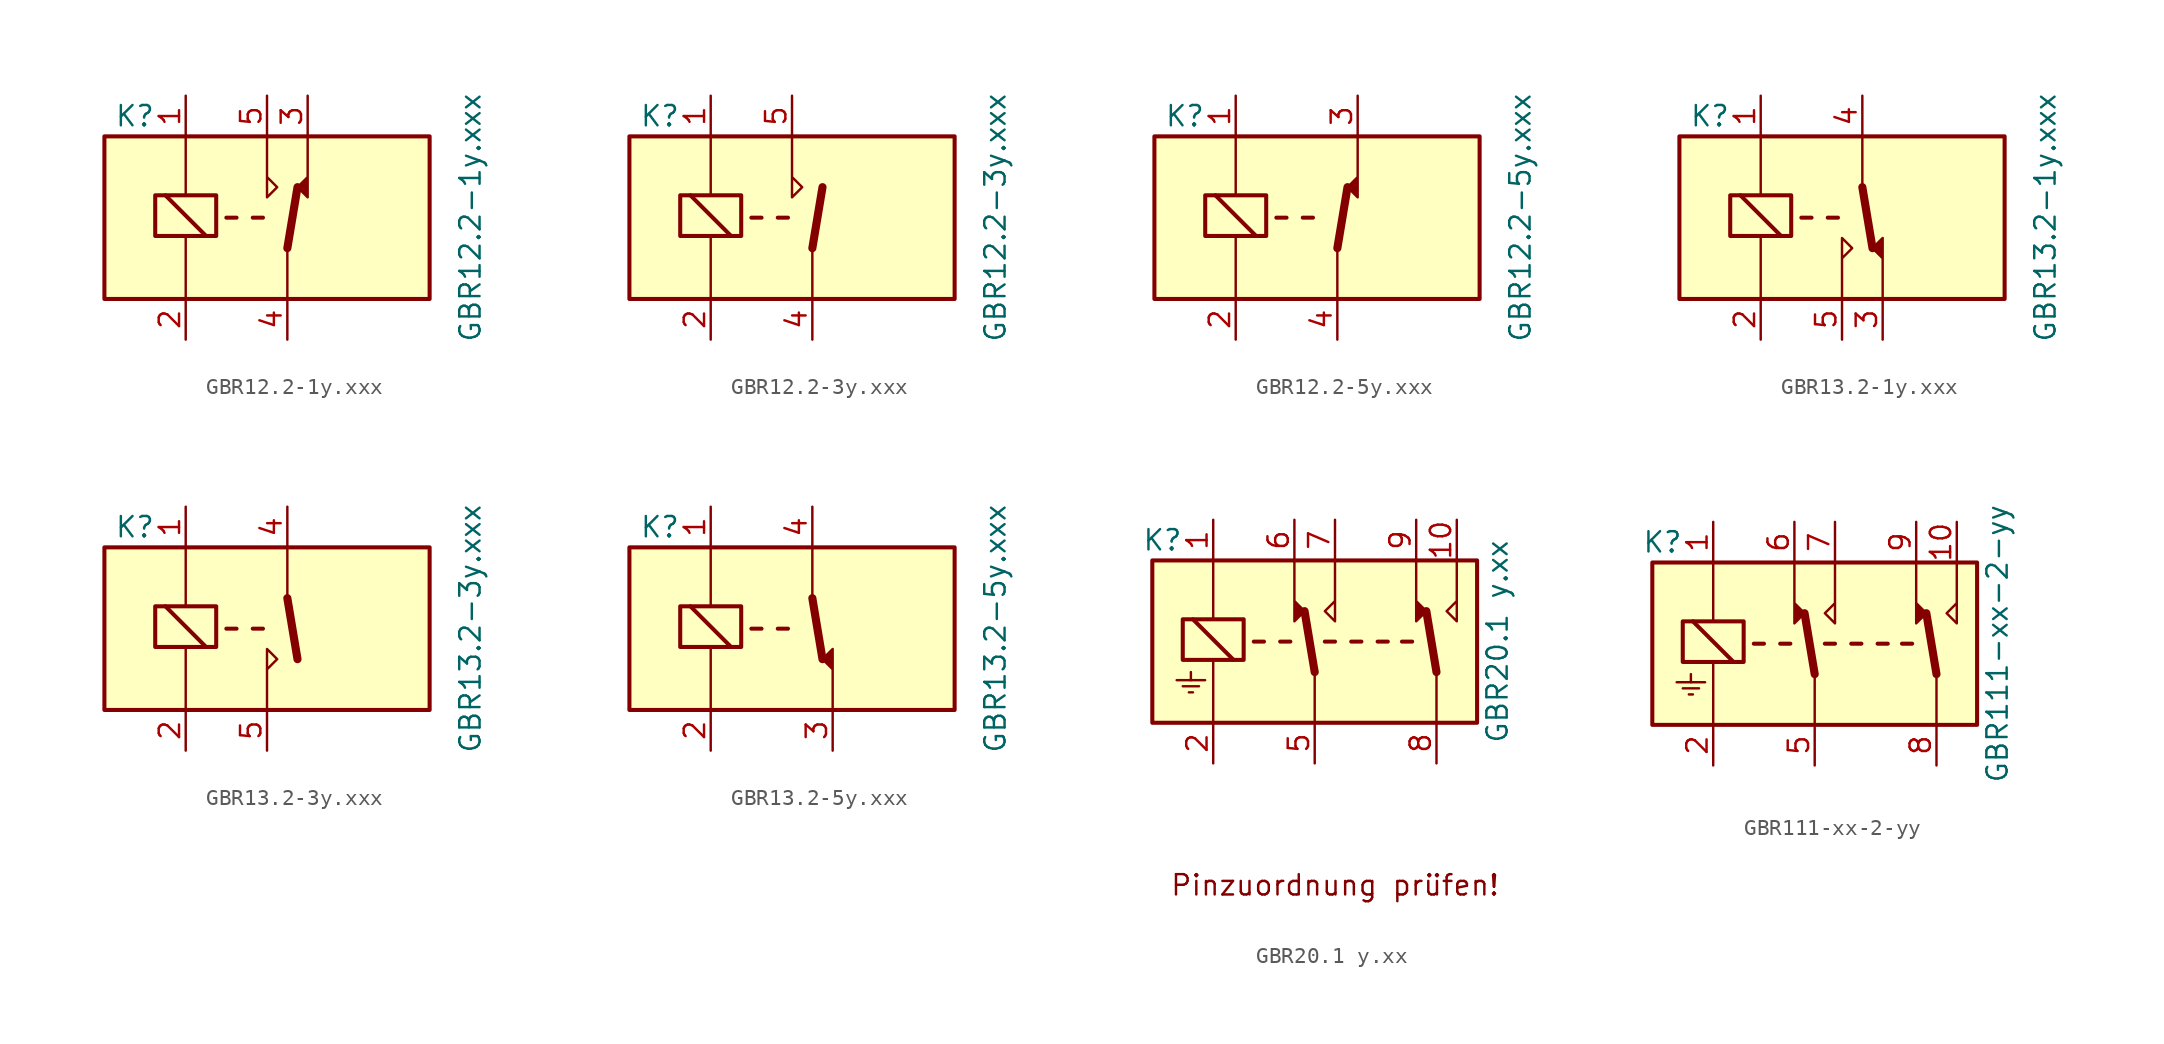
<source format=kicad_sym>
(kicad_symbol_lib
  (version 20211014)
  (generator kicad_symbol_editor)
  (symbol "GBR12.2-1y.xxx"
    (property "Reference" "K"
      (at -9.525 6.35 0)
      (effects (font (size 1.27 1.27))))
    (property "Value" "GBR12.2-1y.xxx"
      (at 11.43 0 90)
      (effects (font (size 1.27 1.27))))
    (symbol "GBR12.2-1y.xxx_1_1"
      (rectangle (start -11.43 5.08) (end 8.89 -5.08) (stroke (width 0.254) (type default) (color 0 0 0 0)) (fill (type background)))
      (rectangle (start -8.255 -1.143) (end -4.445 1.397) (stroke (width 0.254) (type default) (color 0 0 0 0)) (fill (type none)))
      (polyline (pts (xy -6.35 -1.27) (xy -6.35 -4.953)) (stroke (width 0) (type default) (color 0 0 0 0)) (fill (type none)))
      (polyline (pts (xy -6.35 5.08) (xy -6.35 1.397)) (stroke (width 0) (type default) (color 0 0 0 0)) (fill (type none)))
      (polyline (pts (xy -5.08 -1.143) (xy -7.62 1.397)) (stroke (width 0.254) (type default) (color 0 0 0 0)) (fill (type none)))
      (polyline (pts (xy -3.175 0) (xy -3.81 0)) (stroke (width 0.254) (type default) (color 0 0 0 0)) (fill (type none)))
      (polyline (pts (xy -1.524 0) (xy -2.159 0)) (stroke (width 0.254) (type default) (color 0 0 0 0)) (fill (type none)))
      (polyline (pts (xy 0 -1.905) (xy 0 -5.08)) (stroke (width 0) (type default) (color 0 0 0 0)) (fill (type none)))
      (polyline (pts (xy 0 -1.905) (xy 0.635 1.905)) (stroke (width 0.508) (type default) (color 0 0 0 0)) (fill (type none)))
      (polyline (pts (xy -1.27 5.08) (xy -1.27 1.27) (xy -0.635 1.905) (xy -1.27 2.54)) (stroke (width 0) (type default) (color 0 0 0 0)) (fill (type none)))
      (polyline (pts (xy 1.27 5.08) (xy 1.27 1.27) (xy 0.635 1.905) (xy 1.27 2.54)) (stroke (width 0) (type default) (color 0 0 0 0)) (fill (type outline)))
      (pin passive line (at -6.35 7.62 270) (length 2.54) (name "~" (effects (font (size 1.27 1.27)))) (number "1" (effects (font (size 1.27 1.27)))))
      (pin passive line (at -6.35 -7.62 90) (length 2.54) (name "~" (effects (font (size 1.27 1.27)))) (number "2" (effects (font (size 1.27 1.27)))))
      (pin passive line (at 1.27 7.62 270) (length 2.54) (name "~" (effects (font (size 1.27 1.27)))) (number "3" (effects (font (size 1.27 1.27)))))
      (pin passive line (at 0 -7.62 90) (length 2.54) (name "~" (effects (font (size 1.27 1.27)))) (number "4" (effects (font (size 1.27 1.27)))))
      (pin passive line (at -1.27 7.62 270) (length 2.54) (name "~" (effects (font (size 1.27 1.27)))) (number "5" (effects (font (size 1.27 1.27)))))))
  (symbol "GBR12.2-3y.xxx"
    (property "Reference" "K"
      (at -9.525 6.35 0)
      (effects (font (size 1.27 1.27))))
    (property "Value" "GBR12.2-3y.xxx"
      (at 11.43 0 90)
      (effects (font (size 1.27 1.27))))
    (symbol "GBR12.2-3y.xxx_1_1"
      (rectangle (start -11.43 5.08) (end 8.89 -5.08) (stroke (width 0.254) (type default) (color 0 0 0 0)) (fill (type background)))
      (rectangle (start -8.255 -1.143) (end -4.445 1.397) (stroke (width 0.254) (type default) (color 0 0 0 0)) (fill (type none)))
      (polyline (pts (xy -6.35 -1.27) (xy -6.35 -4.953)) (stroke (width 0) (type default) (color 0 0 0 0)) (fill (type none)))
      (polyline (pts (xy -6.35 5.08) (xy -6.35 1.397)) (stroke (width 0) (type default) (color 0 0 0 0)) (fill (type none)))
      (polyline (pts (xy -5.08 -1.143) (xy -7.62 1.397)) (stroke (width 0.254) (type default) (color 0 0 0 0)) (fill (type none)))
      (polyline (pts (xy -3.175 0) (xy -3.81 0)) (stroke (width 0.254) (type default) (color 0 0 0 0)) (fill (type none)))
      (polyline (pts (xy -1.524 0) (xy -2.159 0)) (stroke (width 0.254) (type default) (color 0 0 0 0)) (fill (type none)))
      (polyline (pts (xy 0 -1.905) (xy 0 -5.08)) (stroke (width 0) (type default) (color 0 0 0 0)) (fill (type none)))
      (polyline (pts (xy 0 -1.905) (xy 0.635 1.905)) (stroke (width 0.508) (type default) (color 0 0 0 0)) (fill (type none)))
      (polyline (pts (xy -1.27 5.08) (xy -1.27 1.27) (xy -0.635 1.905) (xy -1.27 2.54)) (stroke (width 0) (type default) (color 0 0 0 0)) (fill (type none)))
      (pin passive line (at -6.35 7.62 270) (length 2.54) (name "~" (effects (font (size 1.27 1.27)))) (number "1" (effects (font (size 1.27 1.27)))))
      (pin passive line (at -6.35 -7.62 90) (length 2.54) (name "~" (effects (font (size 1.27 1.27)))) (number "2" (effects (font (size 1.27 1.27)))))
      (pin passive line (at 0 -7.62 90) (length 2.54) (name "~" (effects (font (size 1.27 1.27)))) (number "4" (effects (font (size 1.27 1.27)))))
      (pin passive line (at -1.27 7.62 270) (length 2.54) (name "~" (effects (font (size 1.27 1.27)))) (number "5" (effects (font (size 1.27 1.27)))))))
  (symbol "GBR12.2-5y.xxx"
    (property "Reference" "K"
      (at -9.525 6.35 0)
      (effects (font (size 1.27 1.27))))
    (property "Value" "GBR12.2-5y.xxx"
      (at 11.43 0 90)
      (effects (font (size 1.27 1.27))))
    (symbol "GBR12.2-5y.xxx_1_1"
      (rectangle (start -11.43 5.08) (end 8.89 -5.08) (stroke (width 0.254) (type default) (color 0 0 0 0)) (fill (type background)))
      (rectangle (start -8.255 -1.143) (end -4.445 1.397) (stroke (width 0.254) (type default) (color 0 0 0 0)) (fill (type none)))
      (polyline (pts (xy -6.35 -1.27) (xy -6.35 -4.953)) (stroke (width 0) (type default) (color 0 0 0 0)) (fill (type none)))
      (polyline (pts (xy -6.35 5.08) (xy -6.35 1.397)) (stroke (width 0) (type default) (color 0 0 0 0)) (fill (type none)))
      (polyline (pts (xy -5.08 -1.143) (xy -7.62 1.397)) (stroke (width 0.254) (type default) (color 0 0 0 0)) (fill (type none)))
      (polyline (pts (xy -3.175 0) (xy -3.81 0)) (stroke (width 0.254) (type default) (color 0 0 0 0)) (fill (type none)))
      (polyline (pts (xy -1.524 0) (xy -2.159 0)) (stroke (width 0.254) (type default) (color 0 0 0 0)) (fill (type none)))
      (polyline (pts (xy 0 -1.905) (xy 0 -5.08)) (stroke (width 0) (type default) (color 0 0 0 0)) (fill (type none)))
      (polyline (pts (xy 0 -1.905) (xy 0.635 1.905)) (stroke (width 0.508) (type default) (color 0 0 0 0)) (fill (type none)))
      (polyline (pts (xy 1.27 5.08) (xy 1.27 1.27) (xy 0.635 1.905) (xy 1.27 2.54)) (stroke (width 0) (type default) (color 0 0 0 0)) (fill (type outline)))
      (pin passive line (at -6.35 7.62 270) (length 2.54) (name "~" (effects (font (size 1.27 1.27)))) (number "1" (effects (font (size 1.27 1.27)))))
      (pin passive line (at -6.35 -7.62 90) (length 2.54) (name "~" (effects (font (size 1.27 1.27)))) (number "2" (effects (font (size 1.27 1.27)))))
      (pin passive line (at 1.27 7.62 270) (length 2.54) (name "~" (effects (font (size 1.27 1.27)))) (number "3" (effects (font (size 1.27 1.27)))))
      (pin passive line (at 0 -7.62 90) (length 2.54) (name "~" (effects (font (size 1.27 1.27)))) (number "4" (effects (font (size 1.27 1.27)))))))
  (symbol "GBR13.2-1y.xxx"
    (property "Reference" "K"
      (at -9.525 6.35 0)
      (effects (font (size 1.27 1.27))))
    (property "Value" "GBR13.2-1y.xxx"
      (at 11.43 0 90)
      (effects (font (size 1.27 1.27))))
    (symbol "GBR13.2-1y.xxx_1_1"
      (rectangle (start -11.43 5.08) (end 8.89 -5.08) (stroke (width 0.254) (type default) (color 0 0 0 0)) (fill (type background)))
      (rectangle (start -8.255 -1.143) (end -4.445 1.397) (stroke (width 0.254) (type default) (color 0 0 0 0)) (fill (type none)))
      (polyline (pts (xy -6.35 -1.27) (xy -6.35 -4.953)) (stroke (width 0) (type default) (color 0 0 0 0)) (fill (type none)))
      (polyline (pts (xy -6.35 5.08) (xy -6.35 1.397)) (stroke (width 0) (type default) (color 0 0 0 0)) (fill (type none)))
      (polyline (pts (xy -5.08 -1.143) (xy -7.62 1.397)) (stroke (width 0.254) (type default) (color 0 0 0 0)) (fill (type none)))
      (polyline (pts (xy -3.175 0) (xy -3.81 0)) (stroke (width 0.254) (type default) (color 0 0 0 0)) (fill (type none)))
      (polyline (pts (xy -1.524 0) (xy -2.159 0)) (stroke (width 0.254) (type default) (color 0 0 0 0)) (fill (type none)))
      (polyline (pts (xy 0 1.905) (xy 0 5.08)) (stroke (width 0) (type default) (color 0 0 0 0)) (fill (type none)))
      (polyline (pts (xy 0 1.905) (xy 0.635 -1.905)) (stroke (width 0.508) (type default) (color 0 0 0 0)) (fill (type none)))
      (polyline (pts (xy -1.27 -5.08) (xy -1.27 -1.27) (xy -0.635 -1.905) (xy -1.27 -2.54)) (stroke (width 0) (type default) (color 0 0 0 0)) (fill (type none)))
      (polyline (pts (xy 1.27 -5.08) (xy 1.27 -1.27) (xy 0.635 -1.905) (xy 1.27 -2.54)) (stroke (width 0) (type default) (color 0 0 0 0)) (fill (type outline)))
      (pin passive line (at -6.35 7.62 270) (length 2.54) (name "~" (effects (font (size 1.27 1.27)))) (number "1" (effects (font (size 1.27 1.27)))))
      (pin passive line (at -6.35 -7.62 90) (length 2.54) (name "~" (effects (font (size 1.27 1.27)))) (number "2" (effects (font (size 1.27 1.27)))))
      (pin passive line (at 1.27 -7.62 90) (length 2.54) (name "~" (effects (font (size 1.27 1.27)))) (number "3" (effects (font (size 1.27 1.27)))))
      (pin passive line (at 0 7.62 270) (length 2.54) (name "~" (effects (font (size 1.27 1.27)))) (number "4" (effects (font (size 1.27 1.27)))))
      (pin passive line (at -1.27 -7.62 90) (length 2.54) (name "~" (effects (font (size 1.27 1.27)))) (number "5" (effects (font (size 1.27 1.27)))))))
  (symbol "GBR13.2-3y.xxx"
    (property "Reference" "K"
      (at -9.525 6.35 0)
      (effects (font (size 1.27 1.27))))
    (property "Value" "GBR13.2-3y.xxx"
      (at 11.43 0 90)
      (effects (font (size 1.27 1.27))))
    (symbol "GBR13.2-3y.xxx_1_1"
      (rectangle (start -11.43 5.08) (end 8.89 -5.08) (stroke (width 0.254) (type default) (color 0 0 0 0)) (fill (type background)))
      (rectangle (start -8.255 -1.143) (end -4.445 1.397) (stroke (width 0.254) (type default) (color 0 0 0 0)) (fill (type none)))
      (polyline (pts (xy -6.35 -1.27) (xy -6.35 -4.953)) (stroke (width 0) (type default) (color 0 0 0 0)) (fill (type none)))
      (polyline (pts (xy -6.35 5.08) (xy -6.35 1.397)) (stroke (width 0) (type default) (color 0 0 0 0)) (fill (type none)))
      (polyline (pts (xy -5.08 -1.143) (xy -7.62 1.397)) (stroke (width 0.254) (type default) (color 0 0 0 0)) (fill (type none)))
      (polyline (pts (xy -3.175 0) (xy -3.81 0)) (stroke (width 0.254) (type default) (color 0 0 0 0)) (fill (type none)))
      (polyline (pts (xy -1.524 0) (xy -2.159 0)) (stroke (width 0.254) (type default) (color 0 0 0 0)) (fill (type none)))
      (polyline (pts (xy 0 1.905) (xy 0 5.08)) (stroke (width 0) (type default) (color 0 0 0 0)) (fill (type none)))
      (polyline (pts (xy 0 1.905) (xy 0.635 -1.905)) (stroke (width 0.508) (type default) (color 0 0 0 0)) (fill (type none)))
      (polyline (pts (xy -1.27 -5.08) (xy -1.27 -1.27) (xy -0.635 -1.905) (xy -1.27 -2.54)) (stroke (width 0) (type default) (color 0 0 0 0)) (fill (type none)))
      (pin passive line (at -6.35 7.62 270) (length 2.54) (name "~" (effects (font (size 1.27 1.27)))) (number "1" (effects (font (size 1.27 1.27)))))
      (pin passive line (at -6.35 -7.62 90) (length 2.54) (name "~" (effects (font (size 1.27 1.27)))) (number "2" (effects (font (size 1.27 1.27)))))
      (pin passive line (at 0 7.62 270) (length 2.54) (name "~" (effects (font (size 1.27 1.27)))) (number "4" (effects (font (size 1.27 1.27)))))
      (pin passive line (at -1.27 -7.62 90) (length 2.54) (name "~" (effects (font (size 1.27 1.27)))) (number "5" (effects (font (size 1.27 1.27)))))))
  (symbol "GBR13.2-5y.xxx"
    (property "Reference" "K"
      (at -9.525 6.35 0)
      (effects (font (size 1.27 1.27))))
    (property "Value" "GBR13.2-5y.xxx"
      (at 11.43 0 90)
      (effects (font (size 1.27 1.27))))
    (symbol "GBR13.2-5y.xxx_1_1"
      (rectangle (start -11.43 5.08) (end 8.89 -5.08) (stroke (width 0.254) (type default) (color 0 0 0 0)) (fill (type background)))
      (rectangle (start -8.255 -1.143) (end -4.445 1.397) (stroke (width 0.254) (type default) (color 0 0 0 0)) (fill (type none)))
      (polyline (pts (xy -6.35 -1.27) (xy -6.35 -4.953)) (stroke (width 0) (type default) (color 0 0 0 0)) (fill (type none)))
      (polyline (pts (xy -6.35 5.08) (xy -6.35 1.397)) (stroke (width 0) (type default) (color 0 0 0 0)) (fill (type none)))
      (polyline (pts (xy -5.08 -1.143) (xy -7.62 1.397)) (stroke (width 0.254) (type default) (color 0 0 0 0)) (fill (type none)))
      (polyline (pts (xy -3.175 0) (xy -3.81 0)) (stroke (width 0.254) (type default) (color 0 0 0 0)) (fill (type none)))
      (polyline (pts (xy -1.524 0) (xy -2.159 0)) (stroke (width 0.254) (type default) (color 0 0 0 0)) (fill (type none)))
      (polyline (pts (xy 0 1.905) (xy 0 5.08)) (stroke (width 0) (type default) (color 0 0 0 0)) (fill (type none)))
      (polyline (pts (xy 0 1.905) (xy 0.635 -1.905)) (stroke (width 0.508) (type default) (color 0 0 0 0)) (fill (type none)))
      (polyline (pts (xy 1.27 -5.08) (xy 1.27 -1.27) (xy 0.635 -1.905) (xy 1.27 -2.54)) (stroke (width 0) (type default) (color 0 0 0 0)) (fill (type outline)))
      (pin passive line (at -6.35 7.62 270) (length 2.54) (name "~" (effects (font (size 1.27 1.27)))) (number "1" (effects (font (size 1.27 1.27)))))
      (pin passive line (at -6.35 -7.62 90) (length 2.54) (name "~" (effects (font (size 1.27 1.27)))) (number "2" (effects (font (size 1.27 1.27)))))
      (pin passive line (at 1.27 -7.62 90) (length 2.54) (name "~" (effects (font (size 1.27 1.27)))) (number "3" (effects (font (size 1.27 1.27)))))
      (pin passive line (at 0 7.62 270) (length 2.54) (name "~" (effects (font (size 1.27 1.27)))) (number "4" (effects (font (size 1.27 1.27)))))))
  (symbol "GBR20.1 y.xx"
    (property "Reference" "K"
      (at -9.525 6.35 0)
      (effects (font (size 1.27 1.27))))
    (property "Value" "GBR20.1 y.xx"
      (at 11.43 0 90)
      (effects (font (size 1.27 1.27))))
    (symbol "GBR20.1 y.xx_0_0"
      (text "Pinzuordnung prüfen!" (at 1.27 -15.24 0) (effects (font (size 1.27 1.27)))))
    (symbol "GBR20.1 y.xx_0_1"
      (polyline (pts (xy -8.255 -2.794) (xy -7.239 -2.794)) (stroke (width 0) (type default) (color 0 0 0 0)) (fill (type none)))
      (polyline (pts (xy -7.874 -3.175) (xy -7.62 -3.175)) (stroke (width 0) (type default) (color 0 0 0 0)) (fill (type none)))
      (polyline (pts (xy -7.747 -2.413) (xy -7.747 -1.905)) (stroke (width 0) (type default) (color 0 0 0 0)) (fill (type none)))
      (polyline (pts (xy -6.858 -2.413) (xy -8.636 -2.413)) (stroke (width 0) (type default) (color 0 0 0 0)) (fill (type none))))
    (symbol "GBR20.1 y.xx_1_1"
      (rectangle (start -10.16 5.08) (end 10.16 -5.08) (stroke (width 0.254) (type default) (color 0 0 0 0)) (fill (type background)))
      (rectangle (start -8.255 -1.143) (end -4.445 1.397) (stroke (width 0.254) (type default) (color 0 0 0 0)) (fill (type none)))
      (polyline (pts (xy -6.35 -1.27) (xy -6.35 -4.953)) (stroke (width 0) (type default) (color 0 0 0 0)) (fill (type none)))
      (polyline (pts (xy -6.35 5.08) (xy -6.35 1.397)) (stroke (width 0) (type default) (color 0 0 0 0)) (fill (type none)))
      (polyline (pts (xy -5.08 -1.143) (xy -7.62 1.397)) (stroke (width 0.254) (type default) (color 0 0 0 0)) (fill (type none)))
      (polyline (pts (xy -3.175 0) (xy -3.81 0)) (stroke (width 0.254) (type default) (color 0 0 0 0)) (fill (type none)))
      (polyline (pts (xy -1.524 0) (xy -2.159 0)) (stroke (width 0.254) (type default) (color 0 0 0 0)) (fill (type none)))
      (polyline (pts (xy 0 -1.905) (xy -0.635 1.905)) (stroke (width 0.508) (type default) (color 0 0 0 0)) (fill (type none)))
      (polyline (pts (xy 0 -1.905) (xy 0 -5.08)) (stroke (width 0) (type default) (color 0 0 0 0)) (fill (type none)))
      (polyline (pts (xy 1.27 0) (xy 0.635 0)) (stroke (width 0.254) (type default) (color 0 0 0 0)) (fill (type none)))
      (polyline (pts (xy 2.921 0) (xy 2.286 0)) (stroke (width 0.254) (type default) (color 0 0 0 0)) (fill (type none)))
      (polyline (pts (xy 4.572 0) (xy 3.937 0)) (stroke (width 0.254) (type default) (color 0 0 0 0)) (fill (type none)))
      (polyline (pts (xy 6.096 0) (xy 5.461 0)) (stroke (width 0.254) (type default) (color 0 0 0 0)) (fill (type none)))
      (polyline (pts (xy 7.62 -1.905) (xy 6.985 1.905)) (stroke (width 0.508) (type default) (color 0 0 0 0)) (fill (type none)))
      (polyline (pts (xy 7.62 -1.905) (xy 7.62 -5.08)) (stroke (width 0) (type default) (color 0 0 0 0)) (fill (type none)))
      (polyline (pts (xy -1.27 5.08) (xy -1.27 1.27) (xy -0.635 1.905) (xy -1.27 2.54)) (stroke (width 0) (type default) (color 0 0 0 0)) (fill (type outline)))
      (polyline (pts (xy 1.27 5.08) (xy 1.27 1.27) (xy 0.635 1.905) (xy 1.27 2.54)) (stroke (width 0) (type default) (color 0 0 0 0)) (fill (type none)))
      (polyline (pts (xy 6.35 5.08) (xy 6.35 1.27) (xy 6.985 1.905) (xy 6.35 2.54)) (stroke (width 0) (type default) (color 0 0 0 0)) (fill (type outline)))
      (polyline (pts (xy 8.89 5.08) (xy 8.89 1.27) (xy 8.255 1.905) (xy 8.89 2.54)) (stroke (width 0) (type default) (color 0 0 0 0)) (fill (type none)))
      (pin passive line (at -6.35 7.62 270) (length 2.54) (name "~" (effects (font (size 1.27 1.27)))) (number "1" (effects (font (size 1.27 1.27)))))
      (pin passive line (at 8.89 7.62 270) (length 2.54) (name "~" (effects (font (size 1.27 1.27)))) (number "10" (effects (font (size 1.27 1.27)))))
      (pin passive line (at -6.35 -7.62 90) (length 2.54) (name "~" (effects (font (size 1.27 1.27)))) (number "2" (effects (font (size 1.27 1.27)))))
      (pin passive line (at 0 -7.62 90) (length 2.54) (name "~" (effects (font (size 1.27 1.27)))) (number "5" (effects (font (size 1.27 1.27)))))
      (pin passive line (at -1.27 7.62 270) (length 2.54) (name "~" (effects (font (size 1.27 1.27)))) (number "6" (effects (font (size 1.27 1.27)))))
      (pin passive line (at 1.27 7.62 270) (length 2.54) (name "~" (effects (font (size 1.27 1.27)))) (number "7" (effects (font (size 1.27 1.27)))))
      (pin passive line (at 7.62 -7.62 90) (length 2.54) (name "~" (effects (font (size 1.27 1.27)))) (number "8" (effects (font (size 1.27 1.27)))))
      (pin passive line (at 6.35 7.62 270) (length 2.54) (name "~" (effects (font (size 1.27 1.27)))) (number "9" (effects (font (size 1.27 1.27)))))))
  (symbol "GBR111-xx-2-yy"
    (property "Reference" "K"
      (at -9.525 6.35 0)
      (effects (font (size 1.27 1.27))))
    (property "Value" "GBR111-xx-2-yy"
      (at 11.43 0 90)
      (effects (font (size 1.27 1.27))))
    (symbol "GBR111-xx-2-yy_0_1"
      (polyline (pts (xy -8.255 -2.794) (xy -7.239 -2.794)) (stroke (width 0) (type default) (color 0 0 0 0)) (fill (type none)))
      (polyline (pts (xy -7.874 -3.175) (xy -7.62 -3.175)) (stroke (width 0) (type default) (color 0 0 0 0)) (fill (type none)))
      (polyline (pts (xy -7.747 -2.413) (xy -7.747 -1.905)) (stroke (width 0) (type default) (color 0 0 0 0)) (fill (type none)))
      (polyline (pts (xy -6.858 -2.413) (xy -8.636 -2.413)) (stroke (width 0) (type default) (color 0 0 0 0)) (fill (type none))))
    (symbol "GBR111-xx-2-yy_1_1"
      (rectangle (start -10.16 5.08) (end 10.16 -5.08) (stroke (width 0.254) (type default) (color 0 0 0 0)) (fill (type background)))
      (rectangle (start -8.255 -1.143) (end -4.445 1.397) (stroke (width 0.254) (type default) (color 0 0 0 0)) (fill (type none)))
      (polyline (pts (xy -6.35 -1.27) (xy -6.35 -4.953)) (stroke (width 0) (type default) (color 0 0 0 0)) (fill (type none)))
      (polyline (pts (xy -6.35 5.08) (xy -6.35 1.397)) (stroke (width 0) (type default) (color 0 0 0 0)) (fill (type none)))
      (polyline (pts (xy -5.08 -1.143) (xy -7.62 1.397)) (stroke (width 0.254) (type default) (color 0 0 0 0)) (fill (type none)))
      (polyline (pts (xy -3.175 0) (xy -3.81 0)) (stroke (width 0.254) (type default) (color 0 0 0 0)) (fill (type none)))
      (polyline (pts (xy -1.524 0) (xy -2.159 0)) (stroke (width 0.254) (type default) (color 0 0 0 0)) (fill (type none)))
      (polyline (pts (xy 0 -1.905) (xy -0.635 1.905)) (stroke (width 0.508) (type default) (color 0 0 0 0)) (fill (type none)))
      (polyline (pts (xy 0 -1.905) (xy 0 -5.08)) (stroke (width 0) (type default) (color 0 0 0 0)) (fill (type none)))
      (polyline (pts (xy 1.27 0) (xy 0.635 0)) (stroke (width 0.254) (type default) (color 0 0 0 0)) (fill (type none)))
      (polyline (pts (xy 2.921 0) (xy 2.286 0)) (stroke (width 0.254) (type default) (color 0 0 0 0)) (fill (type none)))
      (polyline (pts (xy 4.572 0) (xy 3.937 0)) (stroke (width 0.254) (type default) (color 0 0 0 0)) (fill (type none)))
      (polyline (pts (xy 6.096 0) (xy 5.461 0)) (stroke (width 0.254) (type default) (color 0 0 0 0)) (fill (type none)))
      (polyline (pts (xy 7.62 -1.905) (xy 6.985 1.905)) (stroke (width 0.508) (type default) (color 0 0 0 0)) (fill (type none)))
      (polyline (pts (xy 7.62 -1.905) (xy 7.62 -5.08)) (stroke (width 0) (type default) (color 0 0 0 0)) (fill (type none)))
      (polyline (pts (xy -1.27 5.08) (xy -1.27 1.27) (xy -0.635 1.905) (xy -1.27 2.54)) (stroke (width 0) (type default) (color 0 0 0 0)) (fill (type outline)))
      (polyline (pts (xy 1.27 5.08) (xy 1.27 1.27) (xy 0.635 1.905) (xy 1.27 2.54)) (stroke (width 0) (type default) (color 0 0 0 0)) (fill (type none)))
      (polyline (pts (xy 6.35 5.08) (xy 6.35 1.27) (xy 6.985 1.905) (xy 6.35 2.54)) (stroke (width 0) (type default) (color 0 0 0 0)) (fill (type outline)))
      (polyline (pts (xy 8.89 5.08) (xy 8.89 1.27) (xy 8.255 1.905) (xy 8.89 2.54)) (stroke (width 0) (type default) (color 0 0 0 0)) (fill (type none)))
      (pin passive line (at -6.35 7.62 270) (length 2.54) (name "~" (effects (font (size 1.27 1.27)))) (number "1" (effects (font (size 1.27 1.27)))))
      (pin passive line (at 8.89 7.62 270) (length 2.54) (name "~" (effects (font (size 1.27 1.27)))) (number "10" (effects (font (size 1.27 1.27)))))
      (pin passive line (at -6.35 -7.62 90) (length 2.54) (name "~" (effects (font (size 1.27 1.27)))) (number "2" (effects (font (size 1.27 1.27)))))
      (pin passive line (at 0 -7.62 90) (length 2.54) (name "~" (effects (font (size 1.27 1.27)))) (number "5" (effects (font (size 1.27 1.27)))))
      (pin passive line (at -1.27 7.62 270) (length 2.54) (name "~" (effects (font (size 1.27 1.27)))) (number "6" (effects (font (size 1.27 1.27)))))
      (pin passive line (at 1.27 7.62 270) (length 2.54) (name "~" (effects (font (size 1.27 1.27)))) (number "7" (effects (font (size 1.27 1.27)))))
      (pin passive line (at 7.62 -7.62 90) (length 2.54) (name "~" (effects (font (size 1.27 1.27)))) (number "8" (effects (font (size 1.27 1.27)))))
      (pin passive line (at 6.35 7.62 270) (length 2.54) (name "~" (effects (font (size 1.27 1.27)))) (number "9" (effects (font (size 1.27 1.27))))))))
</source>
